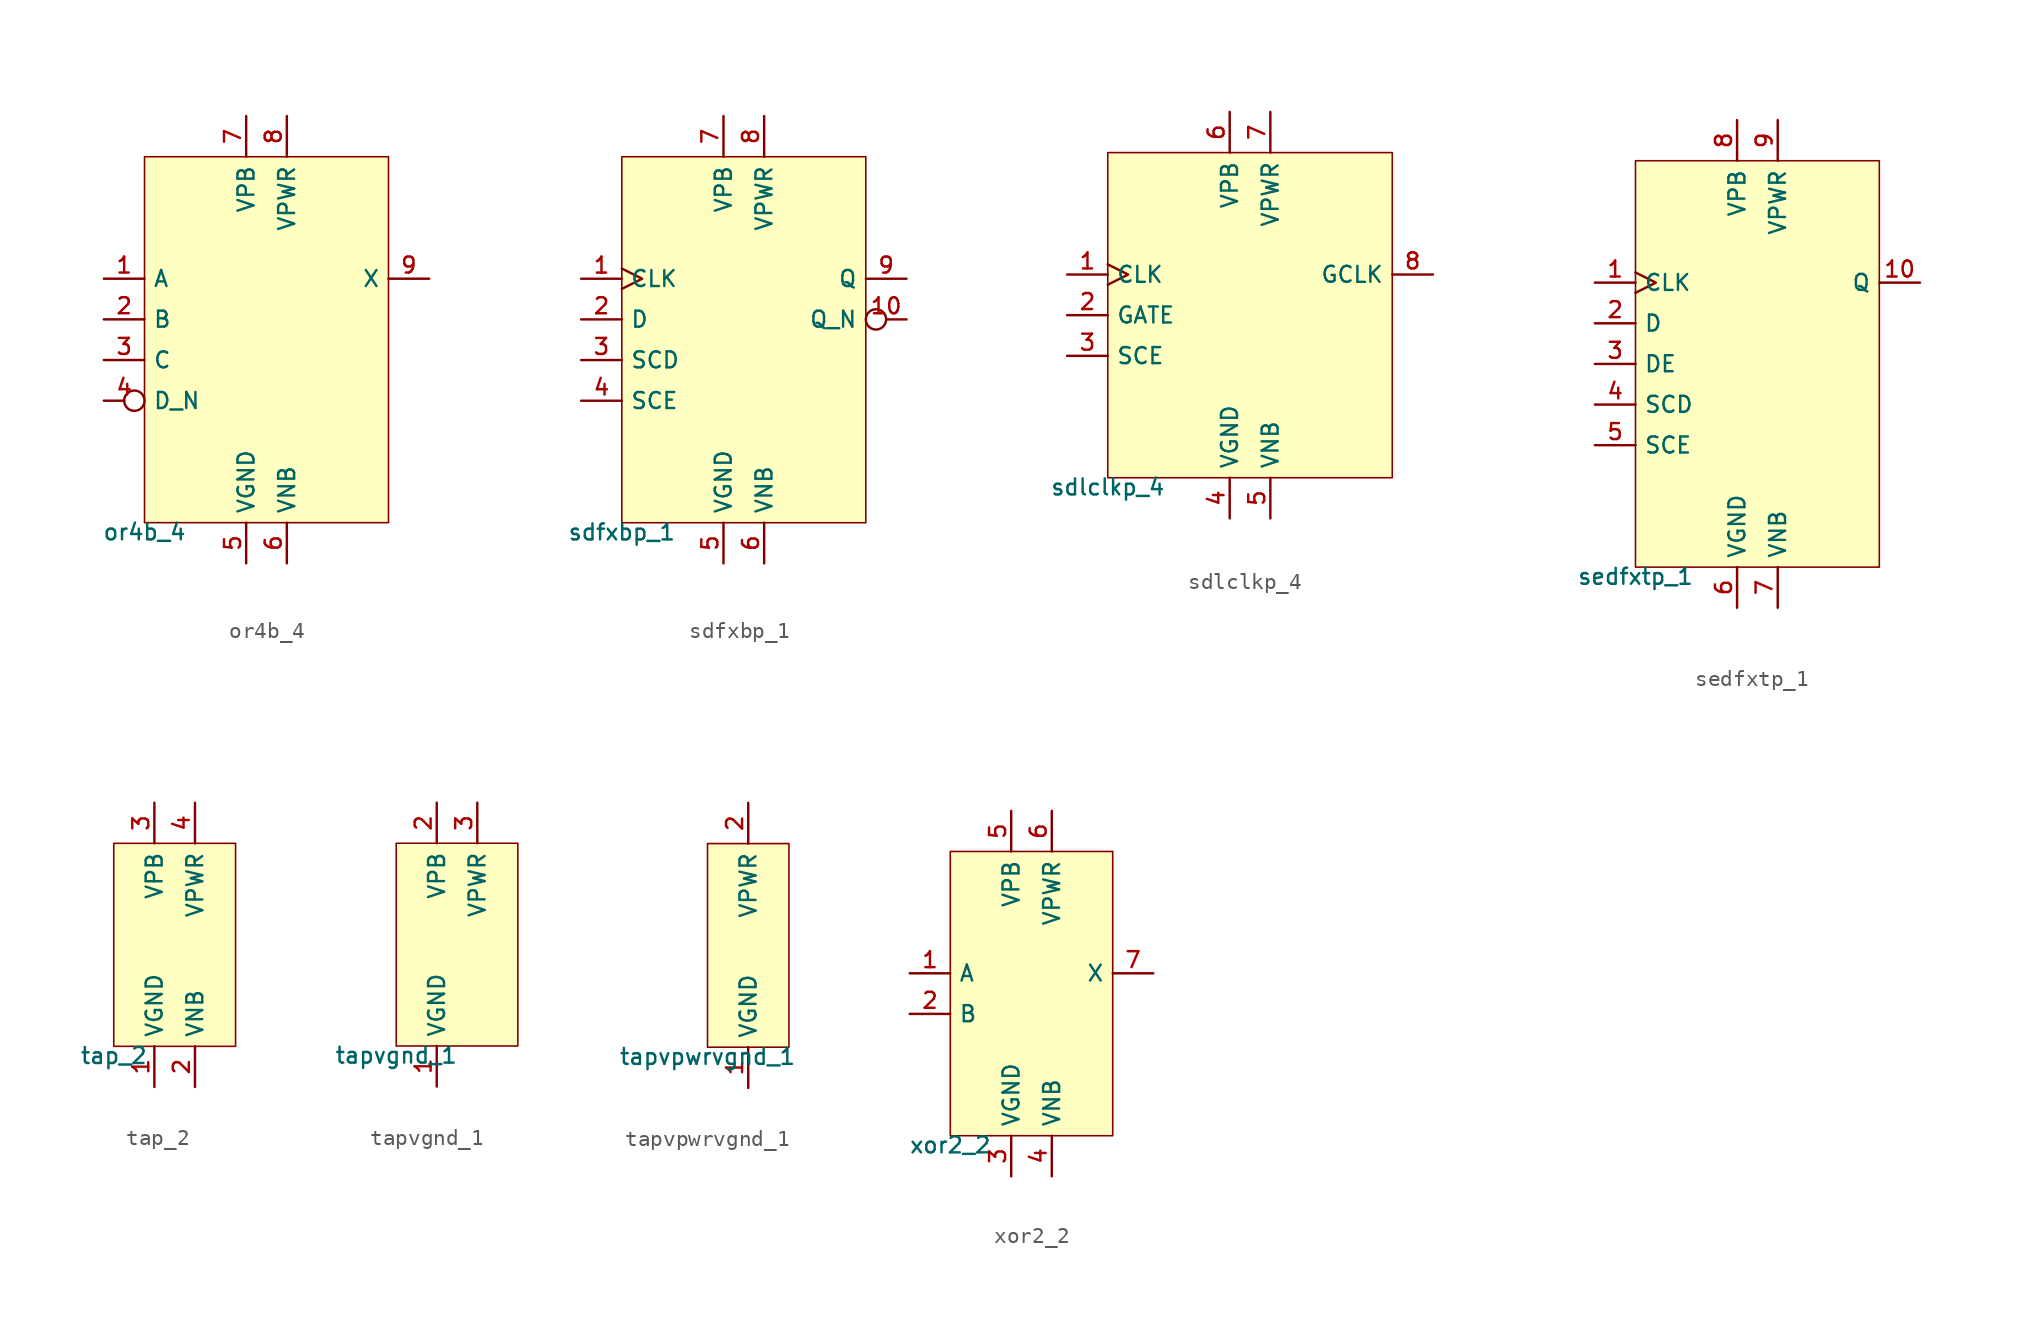
<source format=kicad_sym>
(kicad_symbol_lib
  (version 20211014)
  (generator pdk2kicad)
  (symbol "or4b_4"
    (property "Reference" "X"
      (at 0 0 0)
      (effects (font (size 1 1)) hide))
    (property "Value" "or4b_4"
      (at -7.62 -11.43 0)
      (effects (font (size 1 1)) (justify top)))
    (rectangle
      (start -7.62 -11.43)
      (end 7.62 11.43)
      (stroke (width 0.1) (type solid) (color 0 0 0 0))
      (fill (type background)))
    (pin input line
      (at -10.16 3.81 0)
      (length 2.54)
      (name "A" (effects (font (size 1 1)) hide))
      (number "1" (effects (font (size 1 1)) hide)))
    (pin input line
      (at -10.16 1.27 0)
      (length 2.54)
      (name "B" (effects (font (size 1 1)) hide))
      (number "2" (effects (font (size 1 1)) hide)))
    (pin input line
      (at -10.16 -1.27 0)
      (length 2.54)
      (name "C" (effects (font (size 1 1)) hide))
      (number "3" (effects (font (size 1 1)) hide)))
    (pin input inverted
      (at -10.16 -3.81 0)
      (length 2.54)
      (name "D_N" (effects (font (size 1 1)) hide))
      (number "4" (effects (font (size 1 1)) hide)))
    (pin power_in line
      (at -1.27 -13.97 90)
      (length 2.54)
      (name "VGND" (effects (font (size 1 1)) hide))
      (number "5" (effects (font (size 1 1)) hide)))
    (pin power_in line
      (at 1.27 -13.97 90)
      (length 2.54)
      (name "VNB" (effects (font (size 1 1)) hide))
      (number "6" (effects (font (size 1 1)) hide)))
    (pin power_in line
      (at -1.27 13.97 270)
      (length 2.54)
      (name "VPB" (effects (font (size 1 1)) hide))
      (number "7" (effects (font (size 1 1)) hide)))
    (pin power_in line
      (at 1.27 13.97 270)
      (length 2.54)
      (name "VPWR" (effects (font (size 1 1)) hide))
      (number "8" (effects (font (size 1 1)) hide)))
    (pin output line
      (at 10.16 3.81 180)
      (length 2.54)
      (name "X" (effects (font (size 1 1)) hide))
      (number "9" (effects (font (size 1 1)) hide))))
  (symbol "sdfxbp_1"
    (property "Reference" "X"
      (at 0 0 0)
      (effects (font (size 1 1)) hide))
    (property "Value" "sdfxbp_1"
      (at -7.62 -11.43 0)
      (effects (font (size 1 1)) (justify top)))
    (rectangle
      (start -7.62 -11.43)
      (end 7.62 11.43)
      (stroke (width 0.1) (type solid) (color 0 0 0 0))
      (fill (type background)))
    (pin input clock
      (at -10.16 3.81 0)
      (length 2.54)
      (name "CLK" (effects (font (size 1 1)) hide))
      (number "1" (effects (font (size 1 1)) hide)))
    (pin input line
      (at -10.16 1.27 0)
      (length 2.54)
      (name "D" (effects (font (size 1 1)) hide))
      (number "2" (effects (font (size 1 1)) hide)))
    (pin input line
      (at -10.16 -1.27 0)
      (length 2.54)
      (name "SCD" (effects (font (size 1 1)) hide))
      (number "3" (effects (font (size 1 1)) hide)))
    (pin input line
      (at -10.16 -3.81 0)
      (length 2.54)
      (name "SCE" (effects (font (size 1 1)) hide))
      (number "4" (effects (font (size 1 1)) hide)))
    (pin power_in line
      (at -1.27 -13.97 90)
      (length 2.54)
      (name "VGND" (effects (font (size 1 1)) hide))
      (number "5" (effects (font (size 1 1)) hide)))
    (pin power_in line
      (at 1.27 -13.97 90)
      (length 2.54)
      (name "VNB" (effects (font (size 1 1)) hide))
      (number "6" (effects (font (size 1 1)) hide)))
    (pin power_in line
      (at -1.27 13.97 270)
      (length 2.54)
      (name "VPB" (effects (font (size 1 1)) hide))
      (number "7" (effects (font (size 1 1)) hide)))
    (pin power_in line
      (at 1.27 13.97 270)
      (length 2.54)
      (name "VPWR" (effects (font (size 1 1)) hide))
      (number "8" (effects (font (size 1 1)) hide)))
    (pin output line
      (at 10.16 3.81 180)
      (length 2.54)
      (name "Q" (effects (font (size 1 1)) hide))
      (number "9" (effects (font (size 1 1)) hide)))
    (pin output inverted
      (at 10.16 1.27 180)
      (length 2.54)
      (name "Q_N" (effects (font (size 1 1)) hide))
      (number "10" (effects (font (size 1 1)) hide))))
  (symbol "sdlclkp_4"
    (property "Reference" "X"
      (at 0 0 0)
      (effects (font (size 1 1)) hide))
    (property "Value" "sdlclkp_4"
      (at -8.89 -10.16 0)
      (effects (font (size 1 1)) (justify top)))
    (rectangle
      (start -8.89 -10.16)
      (end 8.89 10.16)
      (stroke (width 0.1) (type solid) (color 0 0 0 0))
      (fill (type background)))
    (pin input clock
      (at -11.43 2.54 0)
      (length 2.54)
      (name "CLK" (effects (font (size 1 1)) hide))
      (number "1" (effects (font (size 1 1)) hide)))
    (pin input line
      (at -11.43 0.0 0)
      (length 2.54)
      (name "GATE" (effects (font (size 1 1)) hide))
      (number "2" (effects (font (size 1 1)) hide)))
    (pin input line
      (at -11.43 -2.54 0)
      (length 2.54)
      (name "SCE" (effects (font (size 1 1)) hide))
      (number "3" (effects (font (size 1 1)) hide)))
    (pin power_in line
      (at -1.27 -12.7 90)
      (length 2.54)
      (name "VGND" (effects (font (size 1 1)) hide))
      (number "4" (effects (font (size 1 1)) hide)))
    (pin power_in line
      (at 1.27 -12.7 90)
      (length 2.54)
      (name "VNB" (effects (font (size 1 1)) hide))
      (number "5" (effects (font (size 1 1)) hide)))
    (pin power_in line
      (at -1.27 12.7 270)
      (length 2.54)
      (name "VPB" (effects (font (size 1 1)) hide))
      (number "6" (effects (font (size 1 1)) hide)))
    (pin power_in line
      (at 1.27 12.7 270)
      (length 2.54)
      (name "VPWR" (effects (font (size 1 1)) hide))
      (number "7" (effects (font (size 1 1)) hide)))
    (pin output line
      (at 11.43 2.54 180)
      (length 2.54)
      (name "GCLK" (effects (font (size 1 1)) hide))
      (number "8" (effects (font (size 1 1)) hide))))
  (symbol "sedfxtp_1"
    (property "Reference" "X"
      (at 0 0 0)
      (effects (font (size 1 1)) hide))
    (property "Value" "sedfxtp_1"
      (at -7.62 -12.7 0)
      (effects (font (size 1 1)) (justify top)))
    (rectangle
      (start -7.62 -12.7)
      (end 7.62 12.7)
      (stroke (width 0.1) (type solid) (color 0 0 0 0))
      (fill (type background)))
    (pin input clock
      (at -10.16 5.08 0)
      (length 2.54)
      (name "CLK" (effects (font (size 1 1)) hide))
      (number "1" (effects (font (size 1 1)) hide)))
    (pin input line
      (at -10.16 2.54 0)
      (length 2.54)
      (name "D" (effects (font (size 1 1)) hide))
      (number "2" (effects (font (size 1 1)) hide)))
    (pin input line
      (at -10.16 -8.881784197001252e-16 0)
      (length 2.54)
      (name "DE" (effects (font (size 1 1)) hide))
      (number "3" (effects (font (size 1 1)) hide)))
    (pin input line
      (at -10.16 -2.54 0)
      (length 2.54)
      (name "SCD" (effects (font (size 1 1)) hide))
      (number "4" (effects (font (size 1 1)) hide)))
    (pin input line
      (at -10.16 -5.08 0)
      (length 2.54)
      (name "SCE" (effects (font (size 1 1)) hide))
      (number "5" (effects (font (size 1 1)) hide)))
    (pin power_in line
      (at -1.27 -15.24 90)
      (length 2.54)
      (name "VGND" (effects (font (size 1 1)) hide))
      (number "6" (effects (font (size 1 1)) hide)))
    (pin power_in line
      (at 1.27 -15.24 90)
      (length 2.54)
      (name "VNB" (effects (font (size 1 1)) hide))
      (number "7" (effects (font (size 1 1)) hide)))
    (pin power_in line
      (at -1.27 15.24 270)
      (length 2.54)
      (name "VPB" (effects (font (size 1 1)) hide))
      (number "8" (effects (font (size 1 1)) hide)))
    (pin power_in line
      (at 1.27 15.24 270)
      (length 2.54)
      (name "VPWR" (effects (font (size 1 1)) hide))
      (number "9" (effects (font (size 1 1)) hide)))
    (pin output line
      (at 10.16 5.08 180)
      (length 2.54)
      (name "Q" (effects (font (size 1 1)) hide))
      (number "10" (effects (font (size 1 1)) hide))))
  (symbol "tap_2"
    (property "Reference" "X"
      (at 0 0 0)
      (effects (font (size 1 1)) hide))
    (property "Value" "tap_2"
      (at -3.81 -6.35 0)
      (effects (font (size 1 1)) (justify top)))
    (rectangle
      (start -3.81 -6.35)
      (end 3.81 6.35)
      (stroke (width 0.1) (type solid) (color 0 0 0 0))
      (fill (type background)))
    (pin power_in line
      (at -1.27 -8.89 90)
      (length 2.54)
      (name "VGND" (effects (font (size 1 1)) hide))
      (number "1" (effects (font (size 1 1)) hide)))
    (pin power_in line
      (at 1.27 -8.89 90)
      (length 2.54)
      (name "VNB" (effects (font (size 1 1)) hide))
      (number "2" (effects (font (size 1 1)) hide)))
    (pin power_in line
      (at -1.27 8.89 270)
      (length 2.54)
      (name "VPB" (effects (font (size 1 1)) hide))
      (number "3" (effects (font (size 1 1)) hide)))
    (pin power_in line
      (at 1.27 8.89 270)
      (length 2.54)
      (name "VPWR" (effects (font (size 1 1)) hide))
      (number "4" (effects (font (size 1 1)) hide))))
  (symbol "tapvgnd_1"
    (property "Reference" "X"
      (at 0 0 0)
      (effects (font (size 1 1)) hide))
    (property "Value" "tapvgnd_1"
      (at -3.81 -6.35 0)
      (effects (font (size 1 1)) (justify top)))
    (rectangle
      (start -3.81 -6.35)
      (end 3.81 6.35)
      (stroke (width 0.1) (type solid) (color 0 0 0 0))
      (fill (type background)))
    (pin power_in line
      (at -1.27 -8.89 90)
      (length 2.54)
      (name "VGND" (effects (font (size 1 1)) hide))
      (number "1" (effects (font (size 1 1)) hide)))
    (pin power_in line
      (at -1.27 8.89 270)
      (length 2.54)
      (name "VPB" (effects (font (size 1 1)) hide))
      (number "2" (effects (font (size 1 1)) hide)))
    (pin power_in line
      (at 1.27 8.89 270)
      (length 2.54)
      (name "VPWR" (effects (font (size 1 1)) hide))
      (number "3" (effects (font (size 1 1)) hide))))
  (symbol "tapvpwrvgnd_1"
    (property "Reference" "X"
      (at 0 0 0)
      (effects (font (size 1 1)) hide))
    (property "Value" "tapvpwrvgnd_1"
      (at -2.54 -6.35 0)
      (effects (font (size 1 1)) (justify top)))
    (rectangle
      (start -2.54 -6.35)
      (end 2.54 6.35)
      (stroke (width 0.1) (type solid) (color 0 0 0 0))
      (fill (type background)))
    (pin power_in line
      (at 0.0 -8.89 90)
      (length 2.54)
      (name "VGND" (effects (font (size 1 1)) hide))
      (number "1" (effects (font (size 1 1)) hide)))
    (pin power_in line
      (at 0.0 8.89 270)
      (length 2.54)
      (name "VPWR" (effects (font (size 1 1)) hide))
      (number "2" (effects (font (size 1 1)) hide))))
  (symbol "xor2_2"
    (property "Reference" "X"
      (at 0 0 0)
      (effects (font (size 1 1)) hide))
    (property "Value" "xor2_2"
      (at -5.08 -8.89 0)
      (effects (font (size 1 1)) (justify top)))
    (rectangle
      (start -5.08 -8.89)
      (end 5.08 8.89)
      (stroke (width 0.1) (type solid) (color 0 0 0 0))
      (fill (type background)))
    (pin input line
      (at -7.62 1.27 0)
      (length 2.54)
      (name "A" (effects (font (size 1 1)) hide))
      (number "1" (effects (font (size 1 1)) hide)))
    (pin input line
      (at -7.62 -1.27 0)
      (length 2.54)
      (name "B" (effects (font (size 1 1)) hide))
      (number "2" (effects (font (size 1 1)) hide)))
    (pin power_in line
      (at -1.27 -11.43 90)
      (length 2.54)
      (name "VGND" (effects (font (size 1 1)) hide))
      (number "3" (effects (font (size 1 1)) hide)))
    (pin power_in line
      (at 1.27 -11.43 90)
      (length 2.54)
      (name "VNB" (effects (font (size 1 1)) hide))
      (number "4" (effects (font (size 1 1)) hide)))
    (pin power_in line
      (at -1.27 11.43 270)
      (length 2.54)
      (name "VPB" (effects (font (size 1 1)) hide))
      (number "5" (effects (font (size 1 1)) hide)))
    (pin power_in line
      (at 1.27 11.43 270)
      (length 2.54)
      (name "VPWR" (effects (font (size 1 1)) hide))
      (number "6" (effects (font (size 1 1)) hide)))
    (pin output line
      (at 7.62 1.27 180)
      (length 2.54)
      (name "X" (effects (font (size 1 1)) hide))
      (number "7" (effects (font (size 1 1)) hide)))))
</source>
